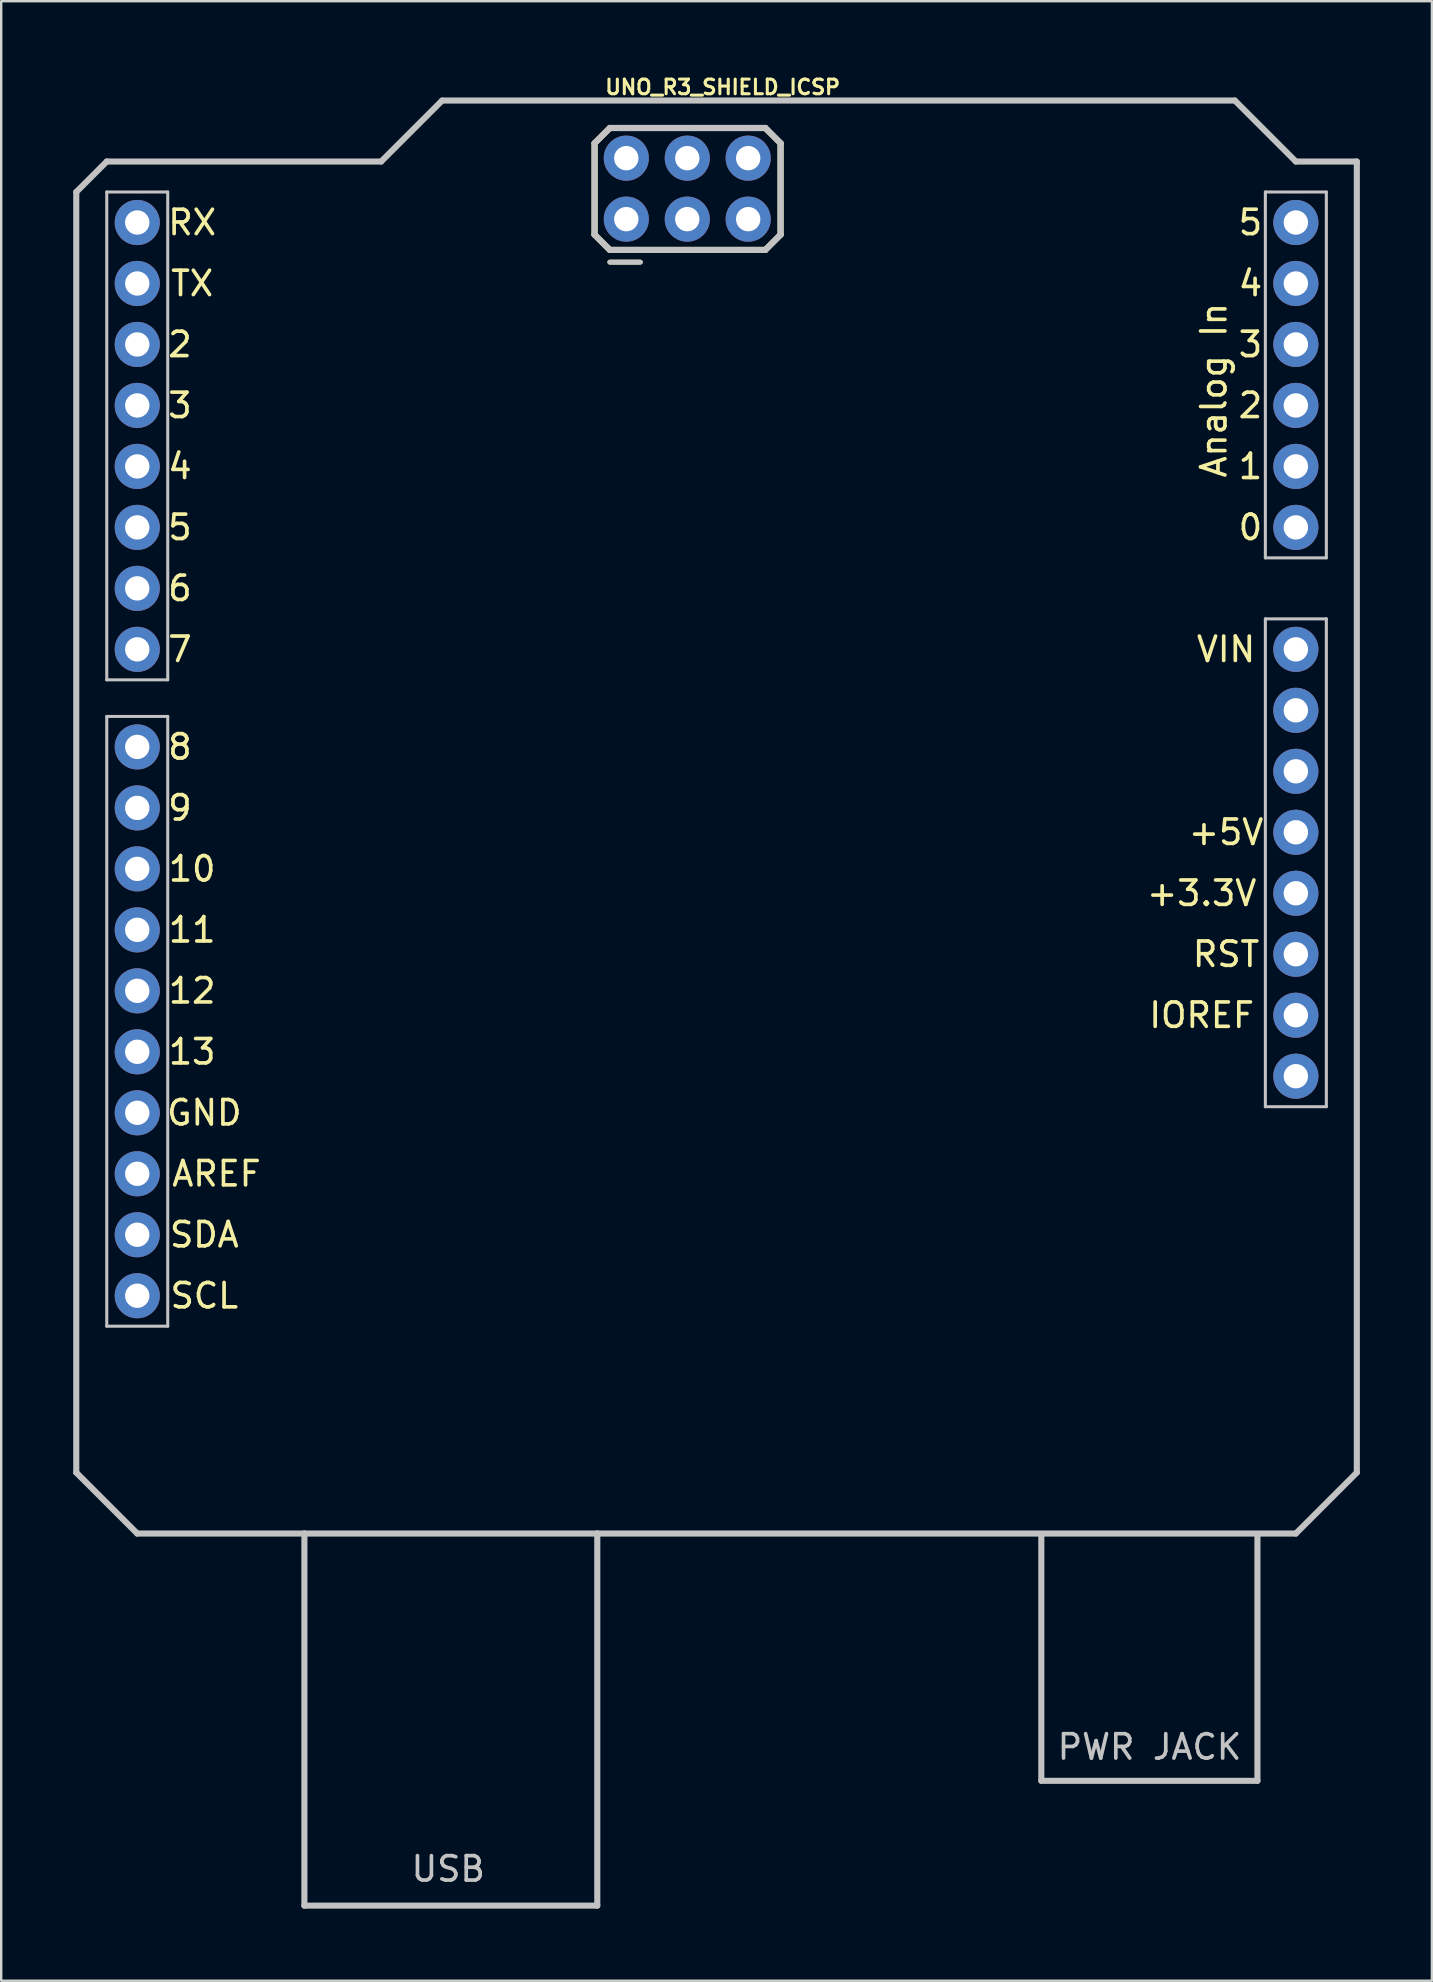
<source format=kicad_pcb>
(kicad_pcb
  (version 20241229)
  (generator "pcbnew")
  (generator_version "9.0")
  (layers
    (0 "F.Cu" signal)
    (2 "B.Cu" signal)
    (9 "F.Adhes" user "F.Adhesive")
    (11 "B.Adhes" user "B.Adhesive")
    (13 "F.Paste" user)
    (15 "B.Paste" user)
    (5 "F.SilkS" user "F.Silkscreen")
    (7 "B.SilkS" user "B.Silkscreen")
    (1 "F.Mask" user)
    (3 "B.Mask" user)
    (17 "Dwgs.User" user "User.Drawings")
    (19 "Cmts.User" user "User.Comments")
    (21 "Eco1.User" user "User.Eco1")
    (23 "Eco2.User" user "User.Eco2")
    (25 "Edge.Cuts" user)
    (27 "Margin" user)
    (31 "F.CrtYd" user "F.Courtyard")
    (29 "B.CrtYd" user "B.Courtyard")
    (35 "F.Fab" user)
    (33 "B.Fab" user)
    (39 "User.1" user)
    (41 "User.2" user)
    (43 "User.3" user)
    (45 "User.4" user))
  (footprint "UNO_R3_SHIELD_ICSP"
    (layer "F.Cu")
    (at 26.797 30.348)
    (property "Reference" "UNO_R3_SHIELD_ICSP" (at 0.254 -29.769 0) (layer "F.SilkS") (effects (font (size 0.61 0.61) (thickness 0.127))))
    (attr exclude_from_pos_files exclude_from_bom)
    (fp_line (start -5.08 -27.432) (end -4.445 -28.067) (stroke (width 0.254) (type solid)) (layer "F.SilkS"))
    (fp_line (start -5.08 -23.622) (end -5.08 -27.432) (stroke (width 0.254) (type solid)) (layer "F.SilkS"))
    (fp_line (start -4.445 -28.067) (end 2.032 -28.067) (stroke (width 0.254) (type solid)) (layer "F.SilkS"))
    (fp_line (start -4.445 -22.987) (end -5.08 -23.622) (stroke (width 0.254) (type solid)) (layer "F.SilkS"))
    (fp_line (start -3.175 -22.479) (end -4.445 -22.479) (stroke (width 0.203) (type solid)) (layer "F.SilkS"))
    (fp_line (start 2.032 -28.067) (end 2.667 -27.432) (stroke (width 0.254) (type solid)) (layer "F.SilkS"))
    (fp_line (start 2.032 -22.987) (end -4.445 -22.987) (stroke (width 0.254) (type solid)) (layer "F.SilkS"))
    (fp_line (start 2.667 -27.432) (end 2.667 -23.622) (stroke (width 0.254) (type solid)) (layer "F.SilkS"))
    (fp_line (start 2.667 -23.622) (end 2.032 -22.987) (stroke (width 0.254) (type solid)) (layer "F.SilkS"))
    (fp_line (start -26.67 -25.4) (end -26.67 27.94) (stroke (width 0.254) (type solid)) (layer "Dwgs.User"))
    (fp_line (start -26.67 27.94) (end -24.13 30.48) (stroke (width 0.254) (type solid)) (layer "Dwgs.User"))
    (fp_line (start -25.4 -26.67) (end -26.67 -25.4) (stroke (width 0.254) (type solid)) (layer "Dwgs.User"))
    (fp_line (start -25.4 -25.4) (end -22.86 -25.4) (stroke (width 0.127) (type solid)) (layer "Dwgs.User"))
    (fp_line (start -25.4 -5.08) (end -25.4 -25.4) (stroke (width 0.127) (type solid)) (layer "Dwgs.User"))
    (fp_line (start -25.4 -3.556) (end -22.86 -3.556) (stroke (width 0.127) (type solid)) (layer "Dwgs.User"))
    (fp_line (start -25.4 21.844) (end -25.4 -3.556) (stroke (width 0.127) (type solid)) (layer "Dwgs.User"))
    (fp_line (start -24.13 30.48) (end -17.168 30.48) (stroke (width 0.254) (type solid)) (layer "Dwgs.User"))
    (fp_line (start -22.86 -25.4) (end -22.86 -5.08) (stroke (width 0.127) (type solid)) (layer "Dwgs.User"))
    (fp_line (start -22.86 -5.08) (end -25.4 -5.08) (stroke (width 0.127) (type solid)) (layer "Dwgs.User"))
    (fp_line (start -22.86 -3.556) (end -22.86 21.844) (stroke (width 0.127) (type solid)) (layer "Dwgs.User"))
    (fp_line (start -22.86 21.844) (end -25.4 21.844) (stroke (width 0.127) (type solid)) (layer "Dwgs.User"))
    (fp_line (start -17.168 30.48) (end -4.968 30.48) (stroke (width 0.254) (type solid)) (layer "Dwgs.User"))
    (fp_line (start -17.168 45.979) (end -17.168 30.48) (stroke (width 0.254) (type solid)) (layer "Dwgs.User"))
    (fp_line (start -17.168 45.979) (end -4.968 45.979) (stroke (width 0.254) (type solid)) (layer "Dwgs.User"))
    (fp_line (start -13.97 -26.67) (end -25.4 -26.67) (stroke (width 0.254) (type solid)) (layer "Dwgs.User"))
    (fp_line (start -11.43 -29.21) (end -13.97 -26.67) (stroke (width 0.254) (type solid)) (layer "Dwgs.User"))
    (fp_line (start -5.08 -27.432) (end -4.445 -28.067) (stroke (width 0.254) (type solid)) (layer "Dwgs.User"))
    (fp_line (start -5.08 -23.622) (end -5.08 -27.432) (stroke (width 0.254) (type solid)) (layer "Dwgs.User"))
    (fp_line (start -4.968 30.48) (end 24.13 30.48) (stroke (width 0.254) (type solid)) (layer "Dwgs.User"))
    (fp_line (start -4.968 45.979) (end -4.968 30.48) (stroke (width 0.254) (type solid)) (layer "Dwgs.User"))
    (fp_line (start -4.445 -28.067) (end 2.032 -28.067) (stroke (width 0.254) (type solid)) (layer "Dwgs.User"))
    (fp_line (start -4.445 -22.987) (end -5.08 -23.622) (stroke (width 0.254) (type solid)) (layer "Dwgs.User"))
    (fp_line (start -3.175 -22.479) (end -4.445 -22.479) (stroke (width 0.203) (type solid)) (layer "Dwgs.User"))
    (fp_line (start 2.032 -28.067) (end 2.667 -27.432) (stroke (width 0.254) (type solid)) (layer "Dwgs.User"))
    (fp_line (start 2.032 -22.987) (end -4.445 -22.987) (stroke (width 0.254) (type solid)) (layer "Dwgs.User"))
    (fp_line (start 2.667 -27.432) (end 2.667 -23.622) (stroke (width 0.254) (type solid)) (layer "Dwgs.User"))
    (fp_line (start 2.667 -23.622) (end 2.032 -22.987) (stroke (width 0.254) (type solid)) (layer "Dwgs.User"))
    (fp_line (start 13.528 40.78) (end 13.528 30.579) (stroke (width 0.254) (type solid)) (layer "Dwgs.User"))
    (fp_line (start 13.528 40.78) (end 22.53 40.78) (stroke (width 0.254) (type solid)) (layer "Dwgs.User"))
    (fp_line (start 21.59 -29.21) (end -11.43 -29.21) (stroke (width 0.254) (type solid)) (layer "Dwgs.User"))
    (fp_line (start 22.53 40.78) (end 22.53 30.579) (stroke (width 0.254) (type solid)) (layer "Dwgs.User"))
    (fp_line (start 22.86 -25.4) (end 25.4 -25.4) (stroke (width 0.127) (type solid)) (layer "Dwgs.User"))
    (fp_line (start 22.86 -10.16) (end 22.86 -25.4) (stroke (width 0.127) (type solid)) (layer "Dwgs.User"))
    (fp_line (start 22.86 -7.62) (end 22.86 12.7) (stroke (width 0.127) (type solid)) (layer "Dwgs.User"))
    (fp_line (start 22.86 12.7) (end 25.4 12.7) (stroke (width 0.127) (type solid)) (layer "Dwgs.User"))
    (fp_line (start 24.13 -26.67) (end 21.59 -29.21) (stroke (width 0.254) (type solid)) (layer "Dwgs.User"))
    (fp_line (start 24.13 30.48) (end 26.67 27.94) (stroke (width 0.254) (type solid)) (layer "Dwgs.User"))
    (fp_line (start 25.4 -25.4) (end 25.4 -10.16) (stroke (width 0.127) (type solid)) (layer "Dwgs.User"))
    (fp_line (start 25.4 -10.16) (end 22.86 -10.16) (stroke (width 0.127) (type solid)) (layer "Dwgs.User"))
    (fp_line (start 25.4 -7.62) (end 22.86 -7.62) (stroke (width 0.127) (type solid)) (layer "Dwgs.User"))
    (fp_line (start 25.4 12.7) (end 25.4 -7.62) (stroke (width 0.127) (type solid)) (layer "Dwgs.User"))
    (fp_line (start 26.67 -26.67) (end 24.13 -26.67) (stroke (width 0.254) (type solid)) (layer "Dwgs.User"))
    (fp_line (start 26.67 27.94) (end 26.67 -26.67) (stroke (width 0.254) (type solid)) (layer "Dwgs.User"))
    (fp_text user "Analog In" (at 20.714 -17.145 270) (layer "F.SilkS") (effects (font (size 1.016 1.016) (thickness 0.152))))
    (fp_text user "+5V" (at 21.222 1.27 180) (layer "F.SilkS") (effects (font (size 1.016 1.016) (thickness 0.152))))
    (fp_text user "2" (at 22.238 -16.51 180) (layer "F.SilkS") (effects (font (size 1.016 1.016) (thickness 0.152))))
    (fp_text user "AREF" (at -20.828 15.494 0) (layer "F.SilkS") (effects (font (size 1.016 1.016) (thickness 0.152))))
    (fp_text user "3" (at -22.352 -16.51 0) (layer "F.SilkS") (effects (font (size 1.016 1.016) (thickness 0.152))))
    (fp_text user "6" (at -22.352 -8.89 0) (layer "F.SilkS") (effects (font (size 1.016 1.016) (thickness 0.152))))
    (fp_text user "TX" (at -21.844 -21.59 0) (layer "F.SilkS") (effects (font (size 1.016 1.016) (thickness 0.152))))
    (fp_text user "IOREF" (at 20.206 8.89 180) (layer "F.SilkS") (effects (font (size 1.016 1.016) (thickness 0.152))))
    (fp_text user "0" (at 22.238 -11.43 180) (layer "F.SilkS") (effects (font (size 1.016 1.016) (thickness 0.152))))
    (fp_text user "9" (at -22.352 0.254 0) (layer "F.SilkS") (effects (font (size 1.016 1.016) (thickness 0.152))))
    (fp_text user "8" (at -22.352 -2.286 0) (layer "F.SilkS") (effects (font (size 1.016 1.016) (thickness 0.152))))
    (fp_text user "10" (at -21.844 2.794 0) (layer "F.SilkS") (effects (font (size 1.016 1.016) (thickness 0.152))))
    (fp_text user "RX" (at -21.844 -24.13 0) (layer "F.SilkS") (effects (font (size 1.016 1.016) (thickness 0.152))))
    (fp_text user "13" (at -21.844 10.414 0) (layer "F.SilkS") (effects (font (size 1.016 1.016) (thickness 0.152))))
    (fp_text user "+3.3V" (at 20.206 3.81 180) (layer "F.SilkS") (effects (font (size 1.016 1.016) (thickness 0.152))))
    (fp_text user "GND" (at -21.336 12.954 0) (layer "F.SilkS") (effects (font (size 1.016 1.016) (thickness 0.152))))
    (fp_text user "12" (at -21.844 7.874 0) (layer "F.SilkS") (effects (font (size 1.016 1.016) (thickness 0.152))))
    (fp_text user "5" (at 22.238 -24.13 180) (layer "F.SilkS") (effects (font (size 1.016 1.016) (thickness 0.152))))
    (fp_text user "2" (at -22.352 -19.05 0) (layer "F.SilkS") (effects (font (size 1.016 1.016) (thickness 0.152))))
    (fp_text user "SDA" (at -21.336 18.034 0) (layer "F.SilkS") (effects (font (size 1.016 1.016) (thickness 0.152))))
    (fp_text user "4" (at -22.352 -13.97 0) (layer "F.SilkS") (effects (font (size 1.016 1.016) (thickness 0.152))))
    (fp_text user "VIN" (at 21.222 -6.35 180) (layer "F.SilkS") (effects (font (size 1.016 1.016) (thickness 0.152))))
    (fp_text user "RST" (at 21.222 6.35 180) (layer "F.SilkS") (effects (font (size 1.016 1.016) (thickness 0.152))))
    (fp_text user "7" (at -22.352 -6.35 0) (layer "F.SilkS") (effects (font (size 1.016 1.016) (thickness 0.152))))
    (fp_text user "SCL" (at -21.336 20.574 0) (layer "F.SilkS") (effects (font (size 1.016 1.016) (thickness 0.152))))
    (fp_text user "5" (at -22.352 -11.43 0) (layer "F.SilkS") (effects (font (size 1.016 1.016) (thickness 0.152))))
    (fp_text user "4" (at 22.238 -21.59 180) (layer "F.SilkS") (effects (font (size 1.016 1.016) (thickness 0.152))))
    (fp_text user "1" (at 22.238 -13.97 180) (layer "F.SilkS") (effects (font (size 1.016 1.016) (thickness 0.152))))
    (fp_text user "3" (at 22.238 -19.05 180) (layer "F.SilkS") (effects (font (size 1.016 1.016) (thickness 0.152))))
    (fp_text user "11" (at -21.844 5.334 0) (layer "F.SilkS") (effects (font (size 1.016 1.016) (thickness 0.152))))
    (fp_text user "PWR JACK" (at 18.034 39.37 0) (layer "Dwgs.User") (effects (font (size 1.016 1.016) (thickness 0.152))))
    (fp_text user "USB" (at -11.176 44.45 0) (layer "Dwgs.User") (effects (font (size 1.016 1.016) (thickness 0.152))))
    (pad "3.3V" thru_hole circle (at 24.13 3.81) (size 1.88 1.88) (drill 1.016) (layers "*.Cu" "*.Paste" "*.Mask"))
    (pad "5V" thru_hole circle (at 24.13 1.27) (size 1.88 1.88) (drill 1.016) (layers "*.Cu" "*.Paste" "*.Mask"))
    (pad "5V_I" thru_hole circle (at -3.759 -26.81) (size 1.88 1.88) (drill 1.016) (layers "*.Cu" "*.Paste" "*.Mask"))
    (pad "A0" thru_hole circle (at 24.13 -11.43) (size 1.88 1.88) (drill 1.016) (layers "*.Cu" "*.Paste" "*.Mask"))
    (pad "A1" thru_hole circle (at 24.13 -13.97) (size 1.88 1.88) (drill 1.016) (layers "*.Cu" "*.Paste" "*.Mask"))
    (pad "A2" thru_hole circle (at 24.13 -16.51) (size 1.88 1.88) (drill 1.016) (layers "*.Cu" "*.Paste" "*.Mask"))
    (pad "A3" thru_hole circle (at 24.13 -19.05) (size 1.88 1.88) (drill 1.016) (layers "*.Cu" "*.Paste" "*.Mask"))
    (pad "A4" thru_hole circle (at 24.13 -21.59) (size 1.88 1.88) (drill 1.016) (layers "*.Cu" "*.Paste" "*.Mask"))
    (pad "A5" thru_hole circle (at 24.13 -24.13) (size 1.88 1.88) (drill 1.016) (layers "*.Cu" "*.Paste" "*.Mask"))
    (pad "AREF" thru_hole circle (at -24.13 15.494) (size 1.88 1.88) (drill 1.016) (layers "*.Cu" "*.Paste" "*.Mask"))
    (pad "D2" thru_hole circle (at -24.13 -19.05) (size 1.88 1.88) (drill 1.016) (layers "*.Cu" "*.Paste" "*.Mask"))
    (pad "D3" thru_hole circle (at -24.13 -16.51) (size 1.88 1.88) (drill 1.016) (layers "*.Cu" "*.Paste" "*.Mask"))
    (pad "D4" thru_hole circle (at -24.13 -13.97) (size 1.88 1.88) (drill 1.016) (layers "*.Cu" "*.Paste" "*.Mask"))
    (pad "D5" thru_hole circle (at -24.13 -11.43) (size 1.88 1.88) (drill 1.016) (layers "*.Cu" "*.Paste" "*.Mask"))
    (pad "D6" thru_hole circle (at -24.13 -8.89) (size 1.88 1.88) (drill 1.016) (layers "*.Cu" "*.Paste" "*.Mask"))
    (pad "D7" thru_hole circle (at -24.13 -6.35) (size 1.88 1.88) (drill 1.016) (layers "*.Cu" "*.Paste" "*.Mask"))
    (pad "D8" thru_hole circle (at -24.13 -2.286) (size 1.88 1.88) (drill 1.016) (layers "*.Cu" "*.Paste" "*.Mask"))
    (pad "D9" thru_hole circle (at -24.13 0.254) (size 1.88 1.88) (drill 1.016) (layers "*.Cu" "*.Paste" "*.Mask"))
    (pad "D10" thru_hole circle (at -24.13 2.794) (size 1.88 1.88) (drill 1.016) (layers "*.Cu" "*.Paste" "*.Mask"))
    (pad "D11" thru_hole circle (at -24.13 5.334) (size 1.88 1.88) (drill 1.016) (layers "*.Cu" "*.Paste" "*.Mask"))
    (pad "D12" thru_hole circle (at -24.13 7.874) (size 1.88 1.88) (drill 1.016) (layers "*.Cu" "*.Paste" "*.Mask"))
    (pad "D13" thru_hole circle (at -24.13 10.414) (size 1.88 1.88) (drill 1.016) (layers "*.Cu" "*.Paste" "*.Mask"))
    (pad "GND@" thru_hole circle (at -24.13 12.954) (size 1.88 1.88) (drill 1.016) (layers "*.Cu" "*.Paste" "*.Mask"))
    (pad "GND@" thru_hole circle (at 24.13 -3.81) (size 1.88 1.88) (drill 1.016) (layers "*.Cu" "*.Paste" "*.Mask"))
    (pad "GND@" thru_hole circle (at 24.13 -1.27) (size 1.88 1.88) (drill 1.016) (layers "*.Cu" "*.Paste" "*.Mask"))
    (pad "GND_" thru_hole circle (at 1.318 -26.81) (size 1.88 1.88) (drill 1.016) (layers "*.Cu" "*.Paste" "*.Mask"))
    (pad "IORE" thru_hole circle (at 24.13 8.89) (size 1.88 1.88) (drill 1.016) (layers "*.Cu" "*.Paste" "*.Mask"))
    (pad "MISO" thru_hole circle (at -3.759 -24.27) (size 1.88 1.88) (drill 1.016) (layers "*.Cu" "*.Paste" "*.Mask"))
    (pad "MOSI" thru_hole circle (at -1.219 -26.81) (size 1.88 1.88) (drill 1.016) (layers "*.Cu" "*.Paste" "*.Mask"))
    (pad "NC" thru_hole circle (at 24.13 11.43) (size 1.88 1.88) (drill 1.016) (layers "*.Cu" "*.Paste" "*.Mask"))
    (pad "RES" thru_hole circle (at 24.13 6.35) (size 1.88 1.88) (drill 1.016) (layers "*.Cu" "*.Paste" "*.Mask"))
    (pad "RST_" thru_hole circle (at 1.318 -24.27) (size 1.88 1.88) (drill 1.016) (layers "*.Cu" "*.Paste" "*.Mask"))
    (pad "RX" thru_hole circle (at -24.13 -24.13) (size 1.88 1.88) (drill 1.016) (layers "*.Cu" "*.Paste" "*.Mask"))
    (pad "SCK" thru_hole circle (at -1.219 -24.27) (size 1.88 1.88) (drill 1.016) (layers "*.Cu" "*.Paste" "*.Mask"))
    (pad "SCL" thru_hole circle (at -24.13 20.574) (size 1.88 1.88) (drill 1.016) (layers "*.Cu" "*.Paste" "*.Mask"))
    (pad "SDA" thru_hole circle (at -24.13 18.034) (size 1.88 1.88) (drill 1.016) (layers "*.Cu" "*.Paste" "*.Mask"))
    (pad "TX" thru_hole circle (at -24.13 -21.59) (size 1.88 1.88) (drill 1.016) (layers "*.Cu" "*.Paste" "*.Mask"))
    (pad "VIN" thru_hole circle (at 24.13 -6.35) (size 1.88 1.88) (drill 1.016) (layers "*.Cu" "*.Paste" "*.Mask")))
  (gr_rect
    (start -3 -3)
    (end 56.594 79.454)
    (stroke (width 0.1) (type default))
    (fill no)
    (layer "Edge.Cuts")))
</source>
